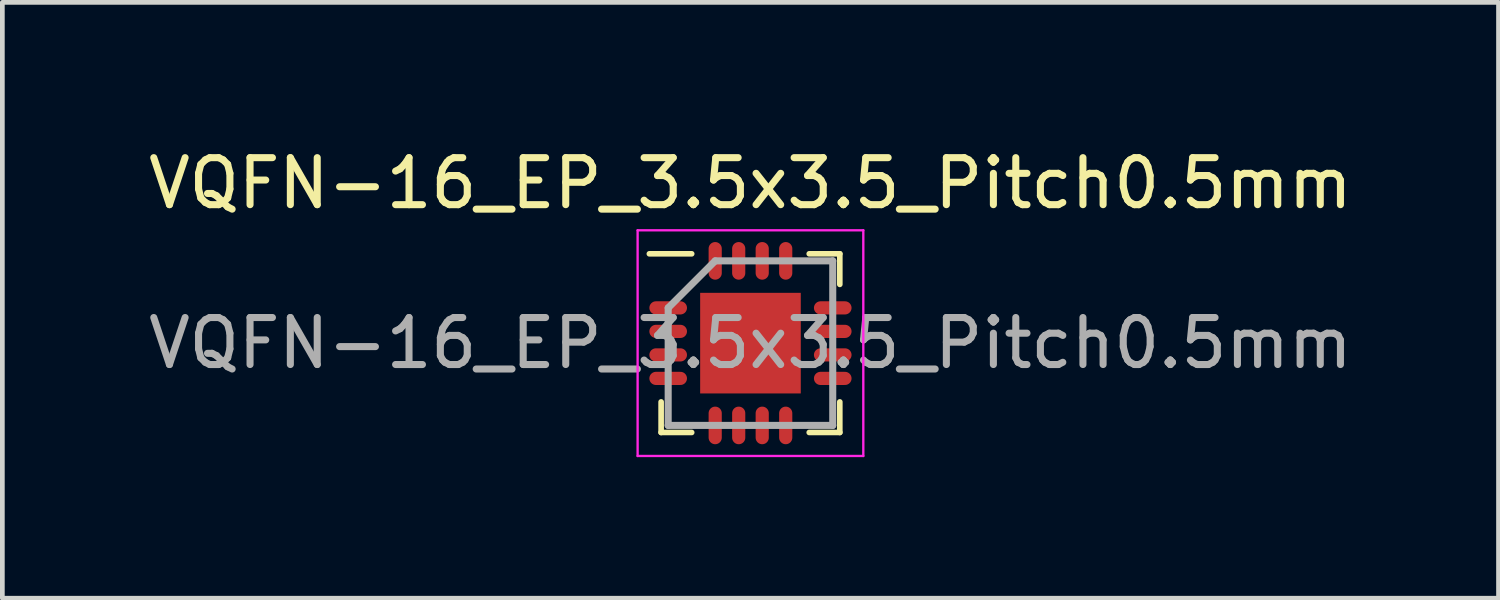
<source format=kicad_pcb>
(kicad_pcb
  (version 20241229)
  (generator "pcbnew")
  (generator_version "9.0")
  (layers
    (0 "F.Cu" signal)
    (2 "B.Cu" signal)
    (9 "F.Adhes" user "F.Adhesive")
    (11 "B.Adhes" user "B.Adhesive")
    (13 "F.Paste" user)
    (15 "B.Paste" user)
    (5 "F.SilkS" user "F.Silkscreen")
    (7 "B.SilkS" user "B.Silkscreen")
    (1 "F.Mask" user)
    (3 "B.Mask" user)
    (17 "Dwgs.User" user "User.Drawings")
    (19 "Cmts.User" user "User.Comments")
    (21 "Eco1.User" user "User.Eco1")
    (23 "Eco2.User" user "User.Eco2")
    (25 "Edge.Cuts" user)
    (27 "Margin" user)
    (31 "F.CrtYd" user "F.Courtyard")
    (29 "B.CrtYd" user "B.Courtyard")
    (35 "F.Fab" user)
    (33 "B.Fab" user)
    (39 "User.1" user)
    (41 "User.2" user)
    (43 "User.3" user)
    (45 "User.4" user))
  (footprint "VQFN-16_EP_3.5x3.5_Pitch0.5mm"
    (layer "F.Cu")
    (at 12.911 4.248)
    (property "Reference" "VQFN-16_EP_3.5x3.5_Pitch0.5mm" (at 0 -3.4 0) (unlocked yes) (layer "F.SilkS") (effects (font (size 1 1) (thickness 0.15))))
    (attr smd)
    (fp_line (start -1.9 1.9) (end -1.9 1.25) (stroke (width 0.12) (type default)) (layer "F.SilkS"))
    (fp_line (start -1.25 -1.9) (end -2.15 -1.9) (stroke (width 0.12) (type default)) (layer "F.SilkS"))
    (fp_line (start -1.25 1.9) (end -1.9 1.9) (stroke (width 0.12) (type default)) (layer "F.SilkS"))
    (fp_line (start 1.25 -1.9) (end 1.9 -1.9) (stroke (width 0.12) (type default)) (layer "F.SilkS"))
    (fp_line (start 1.25 1.9) (end 1.9 1.9) (stroke (width 0.12) (type default)) (layer "F.SilkS"))
    (fp_line (start 1.9 -1.9) (end 1.9 -1.25) (stroke (width 0.12) (type default)) (layer "F.SilkS"))
    (fp_line (start 1.9 1.9) (end 1.9 1.25) (stroke (width 0.12) (type default)) (layer "F.SilkS"))
    (fp_line (start -2.4 -2.4) (end 2.4 -2.4) (stroke (width 0.05) (type default)) (layer "F.CrtYd"))
    (fp_line (start -2.4 2.4) (end -2.4 -2.4) (stroke (width 0.05) (type default)) (layer "F.CrtYd"))
    (fp_line (start 2.4 -2.4) (end 2.4 2.4) (stroke (width 0.05) (type default)) (layer "F.CrtYd"))
    (fp_line (start 2.4 2.4) (end -2.4 2.4) (stroke (width 0.05) (type default)) (layer "F.CrtYd"))
    (fp_line (start -1.75 -0.75) (end -1.75 1.75) (stroke (width 0.15) (type default)) (layer "F.Fab"))
    (fp_line (start -1.75 1.75) (end 1.75 1.75) (stroke (width 0.15) (type default)) (layer "F.Fab"))
    (fp_line (start -0.75 -1.75) (end -1.75 -0.75) (stroke (width 0.15) (type default)) (layer "F.Fab"))
    (fp_line (start 1.75 -1.75) (end -0.75 -1.75) (stroke (width 0.15) (type default)) (layer "F.Fab"))
    (fp_line (start 1.75 1.75) (end 1.75 -1.75) (stroke (width 0.15) (type default)) (layer "F.Fab"))
    (fp_text user "${REFERENCE}" (at 0 0 0) (layer "F.Fab") (effects (font (size 1 1) (thickness 0.15))))
    (pad "" smd rect (at -0.802 -0.802) (size 0.000001 0.000001) (layers "F.Paste"))
    (pad "" smd rect (at -0.802 -0.268) (size 0.000001 0.000001) (layers "F.Paste"))
    (pad "" smd rect (at -0.802 0.268) (size 0.000001 0.000001) (layers "F.Paste"))
    (pad "" smd rect (at -0.802 0.802) (size 0.000001 0.000001) (layers "F.Paste"))
    (pad "" smd rect (at -0.268 -0.802) (size 0.000001 0.000001) (layers "F.Paste"))
    (pad "" smd rect (at -0.268 -0.268) (size 0.000001 0.000001) (layers "F.Paste"))
    (pad "" smd rect (at -0.268 0.268) (size 0.000001 0.000001) (layers "F.Paste"))
    (pad "" smd rect (at -0.268 0.802) (size 0.000001 0.000001) (layers "F.Paste"))
    (pad "" smd rect (at 0.268 -0.802) (size 0.000001 0.000001) (layers "F.Paste"))
    (pad "" smd rect (at 0.268 -0.268) (size 0.000001 0.000001) (layers "F.Paste"))
    (pad "" smd rect (at 0.268 0.268) (size 0.000001 0.000001) (layers "F.Paste"))
    (pad "" smd rect (at 0.268 0.802) (size 0.000001 0.000001) (layers "F.Paste"))
    (pad "" smd rect (at 0.802 -0.802) (size 0.000001 0.000001) (layers "F.Paste"))
    (pad "" smd rect (at 0.802 -0.268) (size 0.000001 0.000001) (layers "F.Paste"))
    (pad "" smd rect (at 0.802 0.268) (size 0.000001 0.000001) (layers "F.Paste"))
    (pad "" smd rect (at 0.802 0.802) (size 0.000001 0.000001) (layers "F.Paste"))
    (pad "1" smd oval (at -1.75 -0.75 90) (size 0.28 0.8) (layers "F.Cu" "F.Mask" "F.Paste"))
    (pad "2" smd oval (at -1.75 -0.25 90) (size 0.28 0.8) (layers "F.Cu" "F.Mask" "F.Paste"))
    (pad "3" smd oval (at -1.75 0.25 90) (size 0.28 0.8) (layers "F.Cu" "F.Mask" "F.Paste"))
    (pad "4" smd oval (at -1.75 0.75 90) (size 0.28 0.8) (layers "F.Cu" "F.Mask" "F.Paste"))
    (pad "5" smd oval (at -0.75 1.75) (size 0.28 0.8) (layers "F.Cu" "F.Mask" "F.Paste"))
    (pad "6" smd oval (at -0.25 1.75) (size 0.28 0.8) (layers "F.Cu" "F.Mask" "F.Paste"))
    (pad "7" smd oval (at 0.25 1.75) (size 0.28 0.8) (layers "F.Cu" "F.Mask" "F.Paste"))
    (pad "8" smd oval (at 0.75 1.75) (size 0.28 0.8) (layers "F.Cu" "F.Mask" "F.Paste"))
    (pad "9" smd oval (at 1.75 0.75 90) (size 0.28 0.8) (layers "F.Cu" "F.Mask" "F.Paste"))
    (pad "10" smd oval (at 1.75 0.25 90) (size 0.28 0.8) (layers "F.Cu" "F.Mask" "F.Paste"))
    (pad "11" smd oval (at 1.75 -0.25 90) (size 0.28 0.8) (layers "F.Cu" "F.Mask" "F.Paste"))
    (pad "12" smd oval (at 1.75 -0.75 90) (size 0.28 0.8) (layers "F.Cu" "F.Mask" "F.Paste"))
    (pad "13" smd oval (at 0.75 -1.75) (size 0.28 0.8) (layers "F.Cu" "F.Mask" "F.Paste"))
    (pad "14" smd oval (at 0.25 -1.75) (size 0.28 0.8) (layers "F.Cu" "F.Mask" "F.Paste"))
    (pad "15" smd oval (at -0.25 -1.75) (size 0.28 0.8) (layers "F.Cu" "F.Mask" "F.Paste"))
    (pad "16" smd oval (at -0.75 -1.75) (size 0.28 0.8) (layers "F.Cu" "F.Mask" "F.Paste"))
    (pad "17" smd rect (at 0 0) (size 2.14 2.14) (layers "F.Cu" "F.Mask")))
  (gr_rect
    (start -3 -3)
    (end 28.821 9.673)
    (stroke (width 0.1) (type default))
    (fill no)
    (layer "Edge.Cuts")))
</source>
